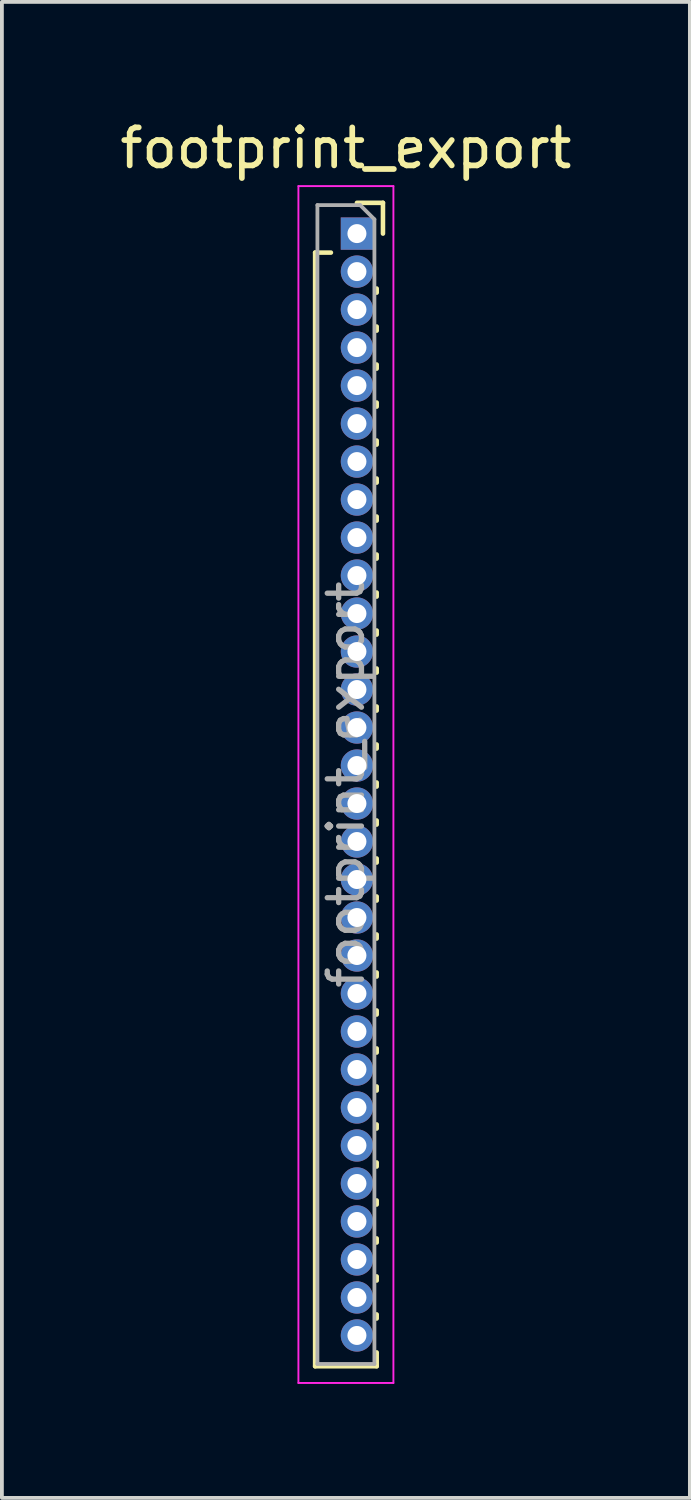
<source format=kicad_pcb>
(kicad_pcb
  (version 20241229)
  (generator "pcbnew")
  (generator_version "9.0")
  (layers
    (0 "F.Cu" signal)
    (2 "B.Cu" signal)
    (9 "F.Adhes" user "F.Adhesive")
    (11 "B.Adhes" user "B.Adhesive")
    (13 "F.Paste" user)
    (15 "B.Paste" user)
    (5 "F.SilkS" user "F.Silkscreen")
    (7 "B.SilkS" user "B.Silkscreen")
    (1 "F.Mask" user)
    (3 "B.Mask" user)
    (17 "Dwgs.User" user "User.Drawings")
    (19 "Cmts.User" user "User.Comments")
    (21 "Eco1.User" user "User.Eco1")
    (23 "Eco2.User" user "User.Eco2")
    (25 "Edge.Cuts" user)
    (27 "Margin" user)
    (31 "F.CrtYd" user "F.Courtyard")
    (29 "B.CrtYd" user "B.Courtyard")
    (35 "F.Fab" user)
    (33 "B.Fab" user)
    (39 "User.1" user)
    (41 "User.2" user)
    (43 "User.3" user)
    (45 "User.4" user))
  (footprint "footprint_export"
    (layer "F.Cu")
    (at 6.344 3.098)
    (property "Reference" "footprint_export" (at -0.29 -2.25 0) (layer "F.SilkS") (effects (font (size 1 1) (thickness 0.15))))
    (attr through_hole)
    (fp_line (start -1.1 0.5) (end -1.1 29.81) (stroke (width 0.12) (type solid)) (layer "F.SilkS"))
    (fp_line (start -1.1 0.5) (end -0.685 0.5) (stroke (width 0.12) (type solid)) (layer "F.SilkS"))
    (fp_line (start -1.1 29.81) (end 0.52 29.81) (stroke (width 0.12) (type solid)) (layer "F.SilkS"))
    (fp_line (start 0 -0.81) (end 0.685 -0.81) (stroke (width 0.12) (type solid)) (layer "F.SilkS"))
    (fp_line (start 0.52 1.446) (end 0.52 1.554) (stroke (width 0.12) (type solid)) (layer "F.SilkS"))
    (fp_line (start 0.52 2.446) (end 0.52 2.554) (stroke (width 0.12) (type solid)) (layer "F.SilkS"))
    (fp_line (start 0.52 3.446) (end 0.52 3.554) (stroke (width 0.12) (type solid)) (layer "F.SilkS"))
    (fp_line (start 0.52 4.446) (end 0.52 4.554) (stroke (width 0.12) (type solid)) (layer "F.SilkS"))
    (fp_line (start 0.52 5.446) (end 0.52 5.554) (stroke (width 0.12) (type solid)) (layer "F.SilkS"))
    (fp_line (start 0.52 6.446) (end 0.52 6.554) (stroke (width 0.12) (type solid)) (layer "F.SilkS"))
    (fp_line (start 0.52 7.446) (end 0.52 7.554) (stroke (width 0.12) (type solid)) (layer "F.SilkS"))
    (fp_line (start 0.52 8.446) (end 0.52 8.554) (stroke (width 0.12) (type solid)) (layer "F.SilkS"))
    (fp_line (start 0.52 9.446) (end 0.52 9.554) (stroke (width 0.12) (type solid)) (layer "F.SilkS"))
    (fp_line (start 0.52 10.446) (end 0.52 10.554) (stroke (width 0.12) (type solid)) (layer "F.SilkS"))
    (fp_line (start 0.52 11.446) (end 0.52 11.554) (stroke (width 0.12) (type solid)) (layer "F.SilkS"))
    (fp_line (start 0.52 12.446) (end 0.52 12.554) (stroke (width 0.12) (type solid)) (layer "F.SilkS"))
    (fp_line (start 0.52 13.446) (end 0.52 13.554) (stroke (width 0.12) (type solid)) (layer "F.SilkS"))
    (fp_line (start 0.52 14.446) (end 0.52 14.554) (stroke (width 0.12) (type solid)) (layer "F.SilkS"))
    (fp_line (start 0.52 15.446) (end 0.52 15.554) (stroke (width 0.12) (type solid)) (layer "F.SilkS"))
    (fp_line (start 0.52 16.446) (end 0.52 16.554) (stroke (width 0.12) (type solid)) (layer "F.SilkS"))
    (fp_line (start 0.52 17.446) (end 0.52 17.554) (stroke (width 0.12) (type solid)) (layer "F.SilkS"))
    (fp_line (start 0.52 18.446) (end 0.52 18.554) (stroke (width 0.12) (type solid)) (layer "F.SilkS"))
    (fp_line (start 0.52 19.446) (end 0.52 19.554) (stroke (width 0.12) (type solid)) (layer "F.SilkS"))
    (fp_line (start 0.52 20.446) (end 0.52 20.554) (stroke (width 0.12) (type solid)) (layer "F.SilkS"))
    (fp_line (start 0.52 21.446) (end 0.52 21.554) (stroke (width 0.12) (type solid)) (layer "F.SilkS"))
    (fp_line (start 0.52 22.446) (end 0.52 22.554) (stroke (width 0.12) (type solid)) (layer "F.SilkS"))
    (fp_line (start 0.52 23.446) (end 0.52 23.554) (stroke (width 0.12) (type solid)) (layer "F.SilkS"))
    (fp_line (start 0.52 24.446) (end 0.52 24.554) (stroke (width 0.12) (type solid)) (layer "F.SilkS"))
    (fp_line (start 0.52 25.446) (end 0.52 25.554) (stroke (width 0.12) (type solid)) (layer "F.SilkS"))
    (fp_line (start 0.52 26.446) (end 0.52 26.554) (stroke (width 0.12) (type solid)) (layer "F.SilkS"))
    (fp_line (start 0.52 27.446) (end 0.52 27.554) (stroke (width 0.12) (type solid)) (layer "F.SilkS"))
    (fp_line (start 0.52 28.446) (end 0.52 28.554) (stroke (width 0.12) (type solid)) (layer "F.SilkS"))
    (fp_line (start 0.52 29.446) (end 0.52 29.81) (stroke (width 0.12) (type solid)) (layer "F.SilkS"))
    (fp_line (start 0.685 -0.81) (end 0.685 0) (stroke (width 0.12) (type solid)) (layer "F.SilkS"))
    (fp_line (start -1.54 -1.25) (end 0.96 -1.25) (stroke (width 0.05) (type solid)) (layer "F.CrtYd"))
    (fp_line (start -1.54 30.25) (end -1.54 -1.25) (stroke (width 0.05) (type solid)) (layer "F.CrtYd"))
    (fp_line (start 0.96 -1.25) (end 0.96 30.25) (stroke (width 0.05) (type solid)) (layer "F.CrtYd"))
    (fp_line (start 0.96 30.25) (end -1.54 30.25) (stroke (width 0.05) (type solid)) (layer "F.CrtYd"))
    (fp_line (start -1.04 -0.75) (end 0.085 -0.75) (stroke (width 0.1) (type solid)) (layer "F.Fab"))
    (fp_line (start -1.04 29.75) (end -1.04 -0.75) (stroke (width 0.1) (type solid)) (layer "F.Fab"))
    (fp_line (start 0.085 -0.75) (end 0.46 -0.375) (stroke (width 0.1) (type solid)) (layer "F.Fab"))
    (fp_line (start 0.46 -0.375) (end 0.46 29.75) (stroke (width 0.1) (type solid)) (layer "F.Fab"))
    (fp_line (start 0.46 29.75) (end -1.04 29.75) (stroke (width 0.1) (type solid)) (layer "F.Fab"))
    (fp_text user "${REFERENCE}" (at -0.29 14.5 90) (layer "F.Fab") (effects (font (size 0.9 0.9) (thickness 0.14))))
    (pad "1" thru_hole rect (at 0 0) (size 0.85 0.85) (drill 0.5) (layers "*.Cu" "*.Mask"))
    (pad "2" thru_hole oval (at 0 1) (size 0.85 0.85) (drill 0.5) (layers "*.Cu" "*.Mask"))
    (pad "3" thru_hole oval (at 0 2) (size 0.85 0.85) (drill 0.5) (layers "*.Cu" "*.Mask"))
    (pad "4" thru_hole oval (at 0 3) (size 0.85 0.85) (drill 0.5) (layers "*.Cu" "*.Mask"))
    (pad "5" thru_hole oval (at 0 4) (size 0.85 0.85) (drill 0.5) (layers "*.Cu" "*.Mask"))
    (pad "6" thru_hole oval (at 0 5) (size 0.85 0.85) (drill 0.5) (layers "*.Cu" "*.Mask"))
    (pad "7" thru_hole oval (at 0 6) (size 0.85 0.85) (drill 0.5) (layers "*.Cu" "*.Mask"))
    (pad "8" thru_hole oval (at 0 7) (size 0.85 0.85) (drill 0.5) (layers "*.Cu" "*.Mask"))
    (pad "9" thru_hole oval (at 0 8) (size 0.85 0.85) (drill 0.5) (layers "*.Cu" "*.Mask"))
    (pad "10" thru_hole oval (at 0 9) (size 0.85 0.85) (drill 0.5) (layers "*.Cu" "*.Mask"))
    (pad "11" thru_hole oval (at 0 10) (size 0.85 0.85) (drill 0.5) (layers "*.Cu" "*.Mask"))
    (pad "12" thru_hole oval (at 0 11) (size 0.85 0.85) (drill 0.5) (layers "*.Cu" "*.Mask"))
    (pad "13" thru_hole oval (at 0 12) (size 0.85 0.85) (drill 0.5) (layers "*.Cu" "*.Mask"))
    (pad "14" thru_hole oval (at 0 13) (size 0.85 0.85) (drill 0.5) (layers "*.Cu" "*.Mask"))
    (pad "15" thru_hole oval (at 0 14) (size 0.85 0.85) (drill 0.5) (layers "*.Cu" "*.Mask"))
    (pad "16" thru_hole oval (at 0 15) (size 0.85 0.85) (drill 0.5) (layers "*.Cu" "*.Mask"))
    (pad "17" thru_hole oval (at 0 16) (size 0.85 0.85) (drill 0.5) (layers "*.Cu" "*.Mask"))
    (pad "18" thru_hole oval (at 0 17) (size 0.85 0.85) (drill 0.5) (layers "*.Cu" "*.Mask"))
    (pad "19" thru_hole oval (at 0 18) (size 0.85 0.85) (drill 0.5) (layers "*.Cu" "*.Mask"))
    (pad "20" thru_hole oval (at 0 19) (size 0.85 0.85) (drill 0.5) (layers "*.Cu" "*.Mask"))
    (pad "21" thru_hole oval (at 0 20) (size 0.85 0.85) (drill 0.5) (layers "*.Cu" "*.Mask"))
    (pad "22" thru_hole oval (at 0 21) (size 0.85 0.85) (drill 0.5) (layers "*.Cu" "*.Mask"))
    (pad "23" thru_hole oval (at 0 22) (size 0.85 0.85) (drill 0.5) (layers "*.Cu" "*.Mask"))
    (pad "24" thru_hole oval (at 0 23) (size 0.85 0.85) (drill 0.5) (layers "*.Cu" "*.Mask"))
    (pad "25" thru_hole oval (at 0 24) (size 0.85 0.85) (drill 0.5) (layers "*.Cu" "*.Mask"))
    (pad "26" thru_hole oval (at 0 25) (size 0.85 0.85) (drill 0.5) (layers "*.Cu" "*.Mask"))
    (pad "27" thru_hole oval (at 0 26) (size 0.85 0.85) (drill 0.5) (layers "*.Cu" "*.Mask"))
    (pad "28" thru_hole oval (at 0 27) (size 0.85 0.85) (drill 0.5) (layers "*.Cu" "*.Mask"))
    (pad "29" thru_hole oval (at 0 28) (size 0.85 0.85) (drill 0.5) (layers "*.Cu" "*.Mask"))
    (pad "30" thru_hole oval (at 0 29) (size 0.85 0.85) (drill 0.5) (layers "*.Cu" "*.Mask")))
  (gr_rect
    (start -3 -3)
    (end 15.107 36.373)
    (stroke (width 0.1) (type default))
    (fill no)
    (layer "Edge.Cuts")))
</source>
